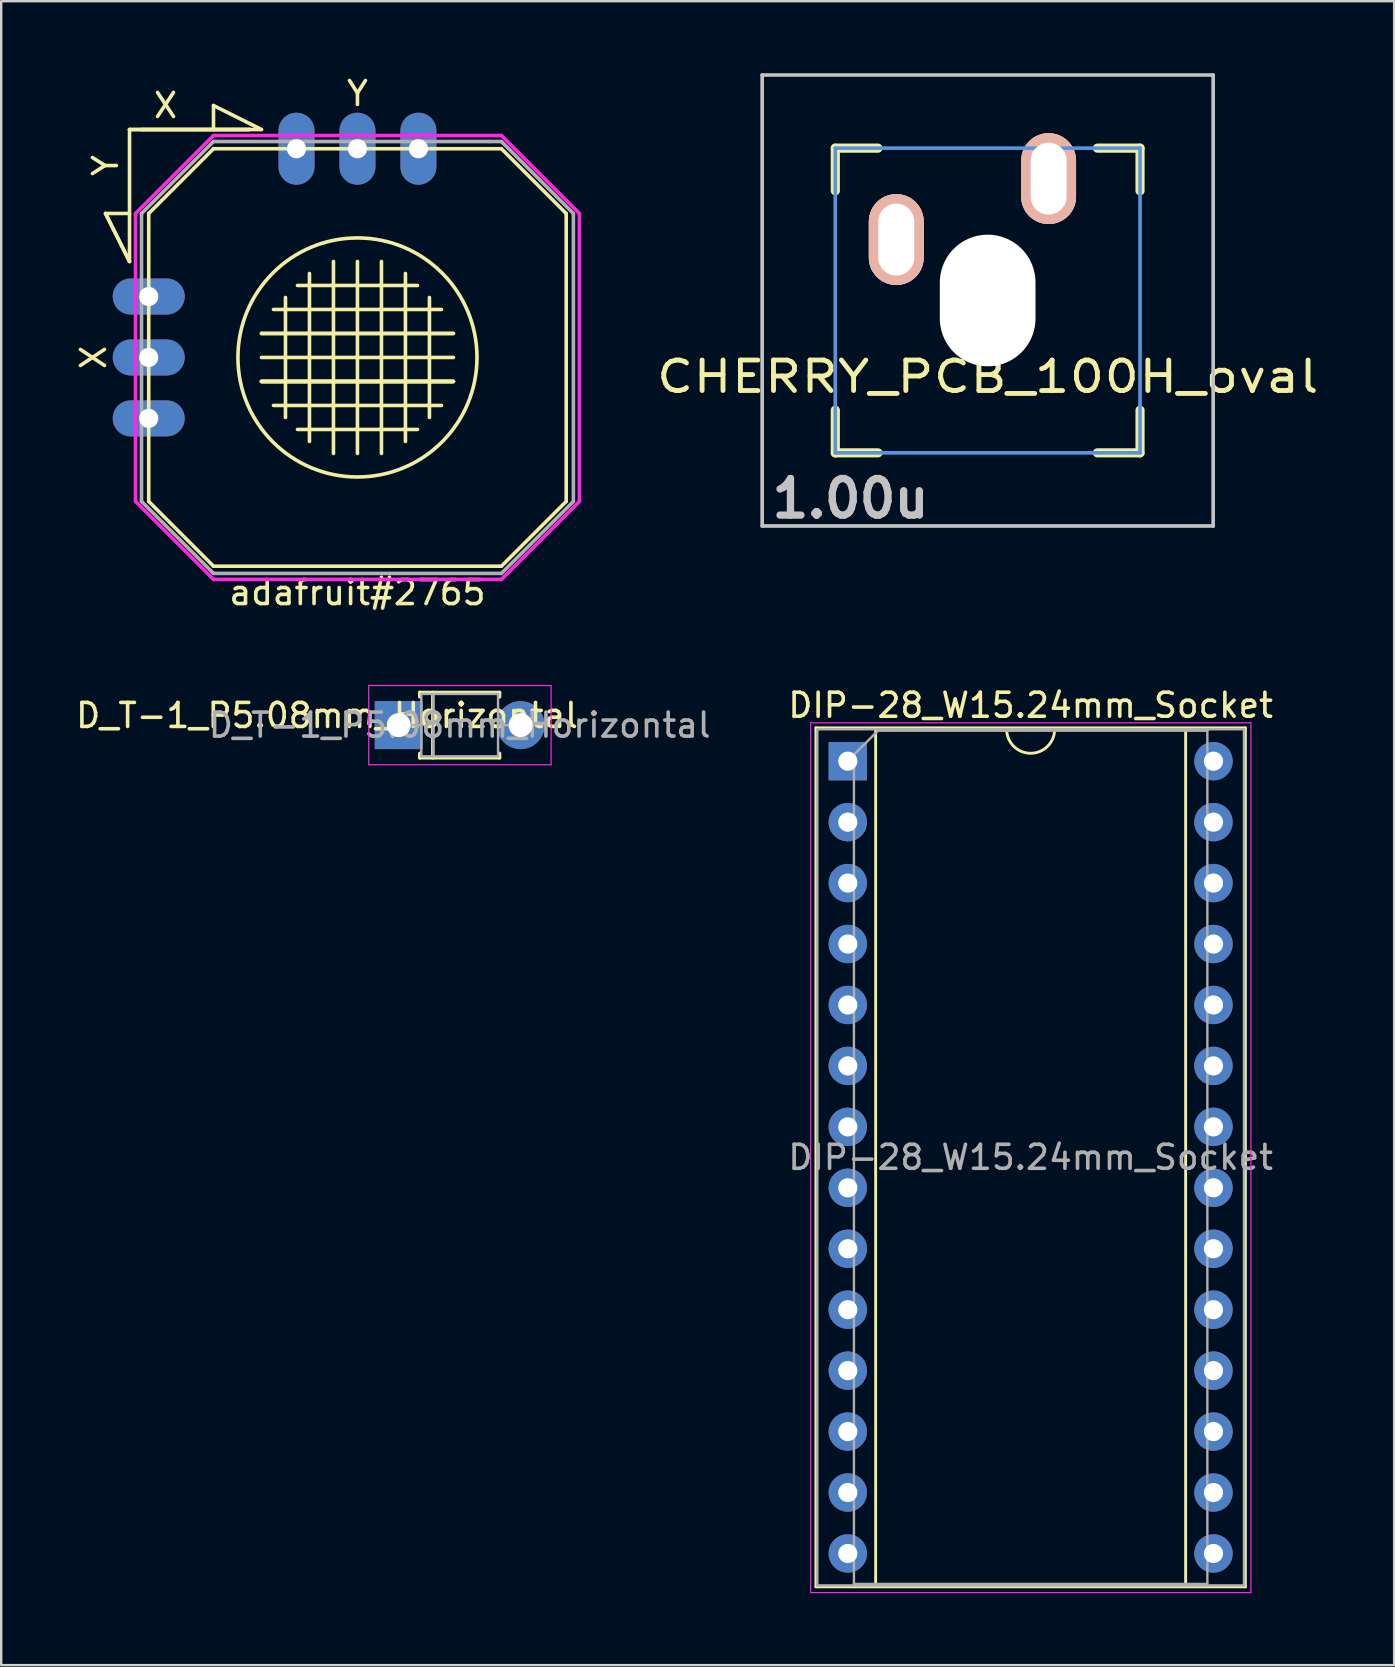
<source format=kicad_pcb>
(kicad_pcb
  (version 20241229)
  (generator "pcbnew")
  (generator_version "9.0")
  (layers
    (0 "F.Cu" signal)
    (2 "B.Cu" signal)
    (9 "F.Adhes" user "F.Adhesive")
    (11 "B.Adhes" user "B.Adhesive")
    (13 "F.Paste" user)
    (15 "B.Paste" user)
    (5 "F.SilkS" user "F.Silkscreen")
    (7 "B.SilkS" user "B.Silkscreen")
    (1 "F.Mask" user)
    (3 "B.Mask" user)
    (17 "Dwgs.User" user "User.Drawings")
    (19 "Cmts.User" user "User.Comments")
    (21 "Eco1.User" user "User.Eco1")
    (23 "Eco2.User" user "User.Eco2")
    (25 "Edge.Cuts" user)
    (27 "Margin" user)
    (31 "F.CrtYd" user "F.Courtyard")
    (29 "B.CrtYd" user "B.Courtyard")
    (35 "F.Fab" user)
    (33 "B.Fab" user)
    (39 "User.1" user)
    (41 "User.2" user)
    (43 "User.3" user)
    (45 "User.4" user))
  (footprint "D_T-1_P5.08mm_Horizontal"
    (layer "F.Cu")
    (at 13.568 27.172)
    (property "Reference" "D_T-1_P5.08mm_Horizontal" (at -2.99 -0.401 0) (layer "F.SilkS") (effects (font (size 1 1) (thickness 0.15))))
    (attr through_hole)
    (fp_line (start 0.88 -1.36) (end 4.2 -1.36) (stroke (width 0.15) (type solid)) (layer "F.SilkS"))
    (fp_line (start 0.88 -1.18) (end 0.88 -1.36) (stroke (width 0.15) (type solid)) (layer "F.SilkS"))
    (fp_line (start 0.88 1.18) (end 0.88 1.36) (stroke (width 0.15) (type solid)) (layer "F.SilkS"))
    (fp_line (start 0.88 1.36) (end 4.2 1.36) (stroke (width 0.15) (type solid)) (layer "F.SilkS"))
    (fp_line (start 1.42 -1.36) (end 1.42 1.36) (stroke (width 0.15) (type solid)) (layer "F.SilkS"))
    (fp_line (start 4.2 -1.36) (end 4.2 -1.18) (stroke (width 0.15) (type solid)) (layer "F.SilkS"))
    (fp_line (start 4.2 1.36) (end 4.2 1.18) (stroke (width 0.15) (type solid)) (layer "F.SilkS"))
    (fp_line (start -1.25 -1.65) (end -1.25 1.65) (stroke (width 0.05) (type solid)) (layer "F.CrtYd"))
    (fp_line (start -1.25 1.65) (end 6.35 1.65) (stroke (width 0.05) (type solid)) (layer "F.CrtYd"))
    (fp_line (start 6.35 -1.65) (end -1.25 -1.65) (stroke (width 0.05) (type solid)) (layer "F.CrtYd"))
    (fp_line (start 6.35 1.65) (end 6.35 -1.65) (stroke (width 0.05) (type solid)) (layer "F.CrtYd"))
    (fp_line (start 0 0) (end 0.94 0) (stroke (width 0.1) (type solid)) (layer "F.Fab"))
    (fp_line (start 0.94 -1.3) (end 0.94 1.3) (stroke (width 0.1) (type solid)) (layer "F.Fab"))
    (fp_line (start 0.94 1.3) (end 4.14 1.3) (stroke (width 0.1) (type solid)) (layer "F.Fab"))
    (fp_line (start 1.42 -1.3) (end 1.42 1.3) (stroke (width 0.1) (type solid)) (layer "F.Fab"))
    (fp_line (start 4.14 -1.3) (end 0.94 -1.3) (stroke (width 0.1) (type solid)) (layer "F.Fab"))
    (fp_line (start 4.14 1.3) (end 4.14 -1.3) (stroke (width 0.1) (type solid)) (layer "F.Fab"))
    (fp_line (start 5.08 0) (end 4.14 0) (stroke (width 0.1) (type solid)) (layer "F.Fab"))
    (fp_text user "${REFERENCE}" (at 2.54 0 0) (layer "F.Fab") (effects (font (size 1 1) (thickness 0.15))))
    (pad "1" thru_hole rect (at 0 0) (size 2 2) (drill 1) (layers "*.Cu" "*.Mask"))
    (pad "2" thru_hole oval (at 5.08 0) (size 2 2) (drill 1) (layers "*.Cu" "*.Mask")))
  (footprint "DIP-28_W15.24mm_Socket"
    (layer "F.Cu")
    (at 32.285 28.675)
    (property "Reference" "DIP-28_W15.24mm_Socket" (at 7.62 -2.33 0) (layer "F.SilkS") (effects (font (size 1 1) (thickness 0.15))))
    (attr through_hole)
    (fp_line (start -1.33 -1.39) (end -1.33 34.41) (stroke (width 0.12) (type solid)) (layer "F.SilkS"))
    (fp_line (start -1.33 34.41) (end 16.57 34.41) (stroke (width 0.12) (type solid)) (layer "F.SilkS"))
    (fp_line (start 1.16 -1.33) (end 1.16 34.35) (stroke (width 0.12) (type solid)) (layer "F.SilkS"))
    (fp_line (start 1.16 34.35) (end 14.08 34.35) (stroke (width 0.12) (type solid)) (layer "F.SilkS"))
    (fp_line (start 6.62 -1.33) (end 1.16 -1.33) (stroke (width 0.12) (type solid)) (layer "F.SilkS"))
    (fp_line (start 14.08 -1.33) (end 8.62 -1.33) (stroke (width 0.12) (type solid)) (layer "F.SilkS"))
    (fp_line (start 14.08 34.35) (end 14.08 -1.33) (stroke (width 0.12) (type solid)) (layer "F.SilkS"))
    (fp_line (start 16.57 -1.39) (end -1.33 -1.39) (stroke (width 0.12) (type solid)) (layer "F.SilkS"))
    (fp_line (start 16.57 34.41) (end 16.57 -1.39) (stroke (width 0.12) (type solid)) (layer "F.SilkS"))
    (fp_arc (start 8.62 -1.33) (mid 7.62 -0.33) (end 6.62 -1.33) (stroke (width 0.12) (type solid)) (layer "F.SilkS"))
    (fp_line (start -1.55 -1.6) (end -1.55 34.65) (stroke (width 0.05) (type solid)) (layer "F.CrtYd"))
    (fp_line (start -1.55 34.65) (end 16.8 34.65) (stroke (width 0.05) (type solid)) (layer "F.CrtYd"))
    (fp_line (start 16.8 -1.6) (end -1.55 -1.6) (stroke (width 0.05) (type solid)) (layer "F.CrtYd"))
    (fp_line (start 16.8 34.65) (end 16.8 -1.6) (stroke (width 0.05) (type solid)) (layer "F.CrtYd"))
    (fp_line (start -1.27 -1.33) (end -1.27 34.35) (stroke (width 0.1) (type solid)) (layer "F.Fab"))
    (fp_line (start -1.27 34.35) (end 16.51 34.35) (stroke (width 0.1) (type solid)) (layer "F.Fab"))
    (fp_line (start 0.255 -0.27) (end 1.255 -1.27) (stroke (width 0.1) (type solid)) (layer "F.Fab"))
    (fp_line (start 0.255 34.29) (end 0.255 -0.27) (stroke (width 0.1) (type solid)) (layer "F.Fab"))
    (fp_line (start 1.255 -1.27) (end 14.985 -1.27) (stroke (width 0.1) (type solid)) (layer "F.Fab"))
    (fp_line (start 14.985 -1.27) (end 14.985 34.29) (stroke (width 0.1) (type solid)) (layer "F.Fab"))
    (fp_line (start 14.985 34.29) (end 0.255 34.29) (stroke (width 0.1) (type solid)) (layer "F.Fab"))
    (fp_line (start 16.51 -1.33) (end -1.27 -1.33) (stroke (width 0.1) (type solid)) (layer "F.Fab"))
    (fp_line (start 16.51 34.35) (end 16.51 -1.33) (stroke (width 0.1) (type solid)) (layer "F.Fab"))
    (fp_text user "${REFERENCE}" (at 7.62 16.51 0) (layer "F.Fab") (effects (font (size 1 1) (thickness 0.15))))
    (pad "1" thru_hole rect (at 0 0) (size 1.6 1.6) (drill 0.8) (layers "*.Cu" "*.Mask"))
    (pad "2" thru_hole oval (at 0 2.54) (size 1.6 1.6) (drill 0.8) (layers "*.Cu" "*.Mask"))
    (pad "3" thru_hole oval (at 0 5.08) (size 1.6 1.6) (drill 0.8) (layers "*.Cu" "*.Mask"))
    (pad "4" thru_hole oval (at 0 7.62) (size 1.6 1.6) (drill 0.8) (layers "*.Cu" "*.Mask"))
    (pad "5" thru_hole oval (at 0 10.16) (size 1.6 1.6) (drill 0.8) (layers "*.Cu" "*.Mask"))
    (pad "6" thru_hole oval (at 0 12.7) (size 1.6 1.6) (drill 0.8) (layers "*.Cu" "*.Mask"))
    (pad "7" thru_hole oval (at 0 15.24) (size 1.6 1.6) (drill 0.8) (layers "*.Cu" "*.Mask"))
    (pad "8" thru_hole oval (at 0 17.78) (size 1.6 1.6) (drill 0.8) (layers "*.Cu" "*.Mask"))
    (pad "9" thru_hole oval (at 0 20.32) (size 1.6 1.6) (drill 0.8) (layers "*.Cu" "*.Mask"))
    (pad "10" thru_hole oval (at 0 22.86) (size 1.6 1.6) (drill 0.8) (layers "*.Cu" "*.Mask"))
    (pad "11" thru_hole oval (at 0 25.4) (size 1.6 1.6) (drill 0.8) (layers "*.Cu" "*.Mask"))
    (pad "12" thru_hole oval (at 0 27.94) (size 1.6 1.6) (drill 0.8) (layers "*.Cu" "*.Mask"))
    (pad "13" thru_hole oval (at 0 30.48) (size 1.6 1.6) (drill 0.8) (layers "*.Cu" "*.Mask"))
    (pad "14" thru_hole oval (at 0 33.02) (size 1.6 1.6) (drill 0.8) (layers "*.Cu" "*.Mask"))
    (pad "15" thru_hole oval (at 15.24 33.02) (size 1.6 1.6) (drill 0.8) (layers "*.Cu" "*.Mask"))
    (pad "16" thru_hole oval (at 15.24 30.48) (size 1.6 1.6) (drill 0.8) (layers "*.Cu" "*.Mask"))
    (pad "17" thru_hole oval (at 15.24 27.94) (size 1.6 1.6) (drill 0.8) (layers "*.Cu" "*.Mask"))
    (pad "18" thru_hole oval (at 15.24 25.4) (size 1.6 1.6) (drill 0.8) (layers "*.Cu" "*.Mask"))
    (pad "19" thru_hole oval (at 15.24 22.86) (size 1.6 1.6) (drill 0.8) (layers "*.Cu" "*.Mask"))
    (pad "20" thru_hole oval (at 15.24 20.32) (size 1.6 1.6) (drill 0.8) (layers "*.Cu" "*.Mask"))
    (pad "21" thru_hole oval (at 15.24 17.78) (size 1.6 1.6) (drill 0.8) (layers "*.Cu" "*.Mask"))
    (pad "22" thru_hole oval (at 15.24 15.24) (size 1.6 1.6) (drill 0.8) (layers "*.Cu" "*.Mask"))
    (pad "23" thru_hole oval (at 15.24 12.7) (size 1.6 1.6) (drill 0.8) (layers "*.Cu" "*.Mask"))
    (pad "24" thru_hole oval (at 15.24 10.16) (size 1.6 1.6) (drill 0.8) (layers "*.Cu" "*.Mask"))
    (pad "25" thru_hole oval (at 15.24 7.62) (size 1.6 1.6) (drill 0.8) (layers "*.Cu" "*.Mask"))
    (pad "26" thru_hole oval (at 15.24 5.08) (size 1.6 1.6) (drill 0.8) (layers "*.Cu" "*.Mask"))
    (pad "27" thru_hole oval (at 15.24 2.54) (size 1.6 1.6) (drill 0.8) (layers "*.Cu" "*.Mask"))
    (pad "28" thru_hole oval (at 15.24 0) (size 1.6 1.6) (drill 0.8) (layers "*.Cu" "*.Mask")))
  (footprint "CHERRY_PCB_100H_oval"
    (layer "F.Cu")
    (at 38.114 9.474)
    (property "Reference" "CHERRY_PCB_100H_oval" (at 0 3.175 0) (layer "F.SilkS") (effects (font (size 1.27 1.524) (thickness 0.203))))
    (attr through_hole)
    (fp_line (start -6.35 -6.35) (end -4.572 -6.35) (stroke (width 0.381) (type solid)) (layer "F.SilkS"))
    (fp_line (start -6.35 -4.572) (end -6.35 -6.35) (stroke (width 0.381) (type solid)) (layer "F.SilkS"))
    (fp_line (start -6.35 6.35) (end -6.35 4.572) (stroke (width 0.381) (type solid)) (layer "F.SilkS"))
    (fp_line (start -4.572 6.35) (end -6.35 6.35) (stroke (width 0.381) (type solid)) (layer "F.SilkS"))
    (fp_line (start 4.572 -6.35) (end 6.35 -6.35) (stroke (width 0.381) (type solid)) (layer "F.SilkS"))
    (fp_line (start 6.35 -6.35) (end 6.35 -4.572) (stroke (width 0.381) (type solid)) (layer "F.SilkS"))
    (fp_line (start 6.35 4.572) (end 6.35 6.35) (stroke (width 0.381) (type solid)) (layer "F.SilkS"))
    (fp_line (start 6.35 6.35) (end 4.572 6.35) (stroke (width 0.381) (type solid)) (layer "F.SilkS"))
    (fp_line (start -9.398 -9.398) (end 9.398 -9.398) (stroke (width 0.152) (type solid)) (layer "Dwgs.User"))
    (fp_line (start -9.398 9.398) (end -9.398 -9.398) (stroke (width 0.152) (type solid)) (layer "Dwgs.User"))
    (fp_line (start 9.398 -9.398) (end 9.398 9.398) (stroke (width 0.152) (type solid)) (layer "Dwgs.User"))
    (fp_line (start 9.398 9.398) (end -9.398 9.398) (stroke (width 0.152) (type solid)) (layer "Dwgs.User"))
    (fp_line (start -6.35 -6.35) (end 6.35 -6.35) (stroke (width 0.152) (type solid)) (layer "Cmts.User"))
    (fp_line (start -6.35 6.35) (end -6.35 -6.35) (stroke (width 0.152) (type solid)) (layer "Cmts.User"))
    (fp_line (start 6.35 -6.35) (end 6.35 6.35) (stroke (width 0.152) (type solid)) (layer "Cmts.User"))
    (fp_line (start 6.35 6.35) (end -6.35 6.35) (stroke (width 0.152) (type solid)) (layer "Cmts.User"))
    (fp_line (start -6.985 -6.985) (end 6.985 -6.985) (stroke (width 0.152) (type solid)) (layer "Eco2.User"))
    (fp_line (start -6.985 6.985) (end -6.985 -6.985) (stroke (width 0.152) (type solid)) (layer "Eco2.User"))
    (fp_line (start 6.985 -6.985) (end 6.985 6.985) (stroke (width 0.152) (type solid)) (layer "Eco2.User"))
    (fp_line (start 6.985 6.985) (end -6.985 6.985) (stroke (width 0.152) (type solid)) (layer "Eco2.User"))
    (fp_text user "1.00u" (at -5.715 8.255 0) (layer "Dwgs.User") (effects (font (size 1.524 1.524) (thickness 0.305))))
    (pad "" np_thru_hole oval (at 0 0) (size 3.988 5.486) (drill oval 3.988 5.486) (layers "*.Cu"))
    (pad "1" thru_hole oval (at 2.54 -5.08) (size 2.286 3.785) (drill oval 1.499 2.997) (layers "*.Cu" "*.SilkS" "*.Mask"))
    (pad "2" thru_hole oval (at -3.81 -2.54) (size 2.286 3.785) (drill oval 1.499 2.997) (layers "*.Cu" "*.SilkS" "*.Mask")))
  (footprint "adafruit#2765"
    (layer "F.Cu")
    (at 11.848 11.848)
    (property "Reference" "adafruit#2765" (at 0 9.8 0) (layer "F.SilkS") (effects (font (size 1 1) (thickness 0.15))))
    (attr through_hole)
    (fp_line (start -10.5 -6) (end -9.5 -6) (stroke (width 0.15) (type solid)) (layer "F.SilkS"))
    (fp_line (start -10.5 -6) (end -9.5 -4) (stroke (width 0.15) (type solid)) (layer "F.SilkS"))
    (fp_line (start -9.5 -9.5) (end -9.5 -4) (stroke (width 0.15) (type solid)) (layer "F.SilkS"))
    (fp_line (start -9.5 -9.5) (end -4 -9.5) (stroke (width 0.15) (type solid)) (layer "F.SilkS"))
    (fp_line (start -9.5 -4) (end -10.5 -6) (stroke (width 0.15) (type solid)) (layer "F.SilkS"))
    (fp_line (start -9 -9.5) (end -4.5 -9.5) (stroke (width 0.15) (type solid)) (layer "F.SilkS"))
    (fp_line (start -8.7 -6) (end -8.7 6) (stroke (width 0.15) (type solid)) (layer "F.SilkS"))
    (fp_line (start -8.7 -6) (end -6 -8.7) (stroke (width 0.15) (type solid)) (layer "F.SilkS"))
    (fp_line (start -6 -10.5) (end -6 -9.5) (stroke (width 0.15) (type solid)) (layer "F.SilkS"))
    (fp_line (start -6 8.7) (end -8.7 6) (stroke (width 0.15) (type solid)) (layer "F.SilkS"))
    (fp_line (start -6 8.7) (end 6 8.7) (stroke (width 0.15) (type solid)) (layer "F.SilkS"))
    (fp_line (start -4.5 -9.5) (end -9.5 -9.5) (stroke (width 0.15) (type solid)) (layer "F.SilkS"))
    (fp_line (start -4 -9.5) (end -6 -10.5) (stroke (width 0.15) (type solid)) (layer "F.SilkS"))
    (fp_line (start -4 -1) (end 4 -1) (stroke (width 0.15) (type solid)) (layer "F.SilkS"))
    (fp_line (start -4 0) (end 4 0) (stroke (width 0.15) (type solid)) (layer "F.SilkS"))
    (fp_line (start -4 1) (end 4 1) (stroke (width 0.15) (type solid)) (layer "F.SilkS"))
    (fp_line (start -4 1) (end 4 1) (stroke (width 0.15) (type solid)) (layer "F.SilkS"))
    (fp_line (start -3.5 -2) (end 3.5 -2) (stroke (width 0.15) (type solid)) (layer "F.SilkS"))
    (fp_line (start -3.5 2) (end 3.5 2) (stroke (width 0.15) (type solid)) (layer "F.SilkS"))
    (fp_line (start -3 -2.5) (end -3 2.5) (stroke (width 0.15) (type solid)) (layer "F.SilkS"))
    (fp_line (start -2.5 -3) (end 2.5 -3) (stroke (width 0.15) (type solid)) (layer "F.SilkS"))
    (fp_line (start -2.5 3) (end 2.5 3) (stroke (width 0.15) (type solid)) (layer "F.SilkS"))
    (fp_line (start -2 3.5) (end -2 -3.5) (stroke (width 0.15) (type solid)) (layer "F.SilkS"))
    (fp_line (start -1 -4) (end -1 4) (stroke (width 0.15) (type solid)) (layer "F.SilkS"))
    (fp_line (start 0 -4) (end 0 4) (stroke (width 0.15) (type solid)) (layer "F.SilkS"))
    (fp_line (start 1 4) (end 1 -4) (stroke (width 0.15) (type solid)) (layer "F.SilkS"))
    (fp_line (start 2 -3.5) (end 2 3.5) (stroke (width 0.15) (type solid)) (layer "F.SilkS"))
    (fp_line (start 3 2.5) (end 3 -2.5) (stroke (width 0.15) (type solid)) (layer "F.SilkS"))
    (fp_line (start 4 -1) (end -4 -1) (stroke (width 0.15) (type solid)) (layer "F.SilkS"))
    (fp_line (start 4 1) (end -4 1) (stroke (width 0.15) (type solid)) (layer "F.SilkS"))
    (fp_line (start 4 1) (end -4 1) (stroke (width 0.15) (type solid)) (layer "F.SilkS"))
    (fp_line (start 6 -8.7) (end -6 -8.7) (stroke (width 0.15) (type solid)) (layer "F.SilkS"))
    (fp_line (start 6 -8.7) (end 8.7 -6) (stroke (width 0.15) (type solid)) (layer "F.SilkS"))
    (fp_line (start 8.7 6) (end 6 8.7) (stroke (width 0.15) (type solid)) (layer "F.SilkS"))
    (fp_line (start 8.7 6) (end 8.7 -6) (stroke (width 0.15) (type solid)) (layer "F.SilkS"))
    (fp_circle (center 0 0) (end 3.9 3.1) (stroke (width 0.15) (type solid)) (fill no) (layer "F.SilkS"))
    (fp_line (start -9.25 -6) (end -9.25 6) (stroke (width 0.15) (type solid)) (layer "F.CrtYd"))
    (fp_line (start -9.25 6) (end -6 9.25) (stroke (width 0.15) (type solid)) (layer "F.CrtYd"))
    (fp_line (start -6 -9.25) (end -9.25 -6) (stroke (width 0.15) (type solid)) (layer "F.CrtYd"))
    (fp_line (start -6 9.25) (end 6 9.25) (stroke (width 0.15) (type solid)) (layer "F.CrtYd"))
    (fp_line (start 6 -9.25) (end -6 -9.25) (stroke (width 0.15) (type solid)) (layer "F.CrtYd"))
    (fp_line (start 6 9.25) (end 9.25 6) (stroke (width 0.15) (type solid)) (layer "F.CrtYd"))
    (fp_line (start 9.25 -6) (end 6 -9.25) (stroke (width 0.15) (type solid)) (layer "F.CrtYd"))
    (fp_line (start 9.25 6) (end 9.25 -6) (stroke (width 0.15) (type solid)) (layer "F.CrtYd"))
    (fp_line (start -9 -6) (end -6 -9) (stroke (width 0.15) (type solid)) (layer "F.Fab"))
    (fp_line (start -9 6) (end -9 -6) (stroke (width 0.15) (type solid)) (layer "F.Fab"))
    (fp_line (start -6 -9) (end 5.5 -9) (stroke (width 0.15) (type solid)) (layer "F.Fab"))
    (fp_line (start -6 9) (end -9 6) (stroke (width 0.15) (type solid)) (layer "F.Fab"))
    (fp_line (start 5.5 -9) (end 6 -9) (stroke (width 0.15) (type solid)) (layer "F.Fab"))
    (fp_line (start 6 -9) (end 9 -6) (stroke (width 0.15) (type solid)) (layer "F.Fab"))
    (fp_line (start 6 9) (end -6 9) (stroke (width 0.15) (type solid)) (layer "F.Fab"))
    (fp_line (start 9 -6) (end 9 6) (stroke (width 0.15) (type solid)) (layer "F.Fab"))
    (fp_line (start 9 6) (end 6 9) (stroke (width 0.15) (type solid)) (layer "F.Fab"))
    (fp_text user "X" (at -11 0 90) (layer "F.SilkS") (effects (font (size 1 1) (thickness 0.15))))
    (fp_text user "X" (at -8 -10.5 0) (layer "F.SilkS") (effects (font (size 1 1) (thickness 0.15))))
    (fp_text user "Y" (at 0 -11 0) (layer "F.SilkS") (effects (font (size 1 1) (thickness 0.15))))
    (fp_text user "Y" (at -10.5 -8 90) (layer "F.SilkS") (effects (font (size 1 1) (thickness 0.15))))
    (pad "1" thru_hole oval (at -8.7 2.54) (size 3 1.5) (drill 0.8) (layers "*.Cu" "*.Mask"))
    (pad "2" thru_hole oval (at -8.7 0) (size 3 1.5) (drill 0.8) (layers "*.Cu" "*.Mask"))
    (pad "3" thru_hole oval (at -8.7 -2.54) (size 3 1.5) (drill 0.8) (layers "*.Cu" "*.Mask"))
    (pad "4" thru_hole oval (at -2.54 -8.7) (size 1.5 3) (drill 0.8) (layers "*.Cu" "*.Mask"))
    (pad "5" thru_hole oval (at 0 -8.7) (size 1.5 3) (drill 0.8) (layers "*.Cu" "*.Mask"))
    (pad "6" thru_hole oval (at 2.54 -8.7) (size 1.5 3) (drill 0.8) (layers "*.Cu" "*.Mask")))
  (gr_rect
    (start -3 -3)
    (end 55.055 66.35)
    (stroke (width 0.1) (type default))
    (fill no)
    (layer "Edge.Cuts")))
</source>
